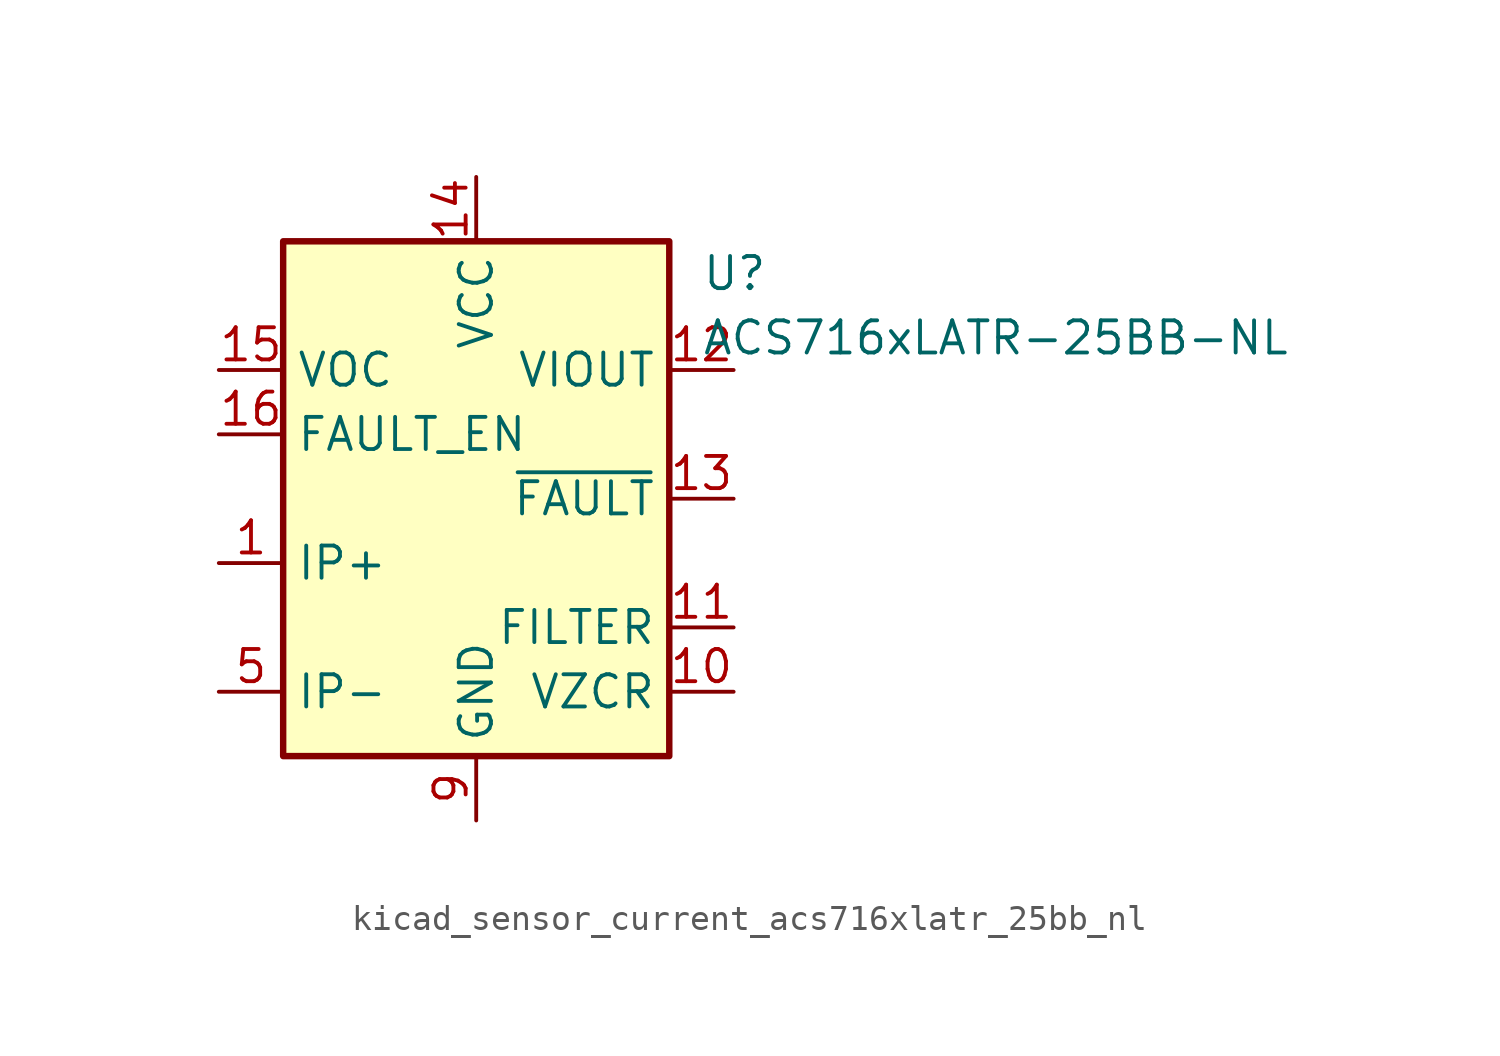
<source format=kicad_sym>
(kicad_symbol_lib
  (version 20220914)
  (generator kicad_symbol_editor)
  (symbol "kicad_sensor_current_acs716xlatr_25bb_nl"
    (property "Reference" "U"
      (at 8.89 8.89 0)
      (effects (font (size 1.27 1.27)) (justify left)))
    (property "Value" "ACS716xLATR-25BB-NL"
      (at 8.89 6.35 0)
      (effects (font (size 1.27 1.27)) (justify left)))
    (symbol "kicad_sensor_current_acs716xlatr_25bb_nl_0_1"
      (rectangle (start -7.62 10.16) (end 7.62 -10.16) (stroke (width 0.254) (type default)) (fill (type background))))
    (symbol "kicad_sensor_current_acs716xlatr_25bb_nl_1_1"
      (pin passive line (at -10.16 -2.54 0) (length 2.54) (name "IP+" (effects (font (size 1.27 1.27)))) (number "1" (effects (font (size 1.27 1.27)))))
      (pin passive line (at 10.16 -7.62 180) (length 2.54) (name "VZCR" (effects (font (size 1.27 1.27)))) (number "10" (effects (font (size 1.27 1.27)))))
      (pin passive line (at 10.16 -5.08 180) (length 2.54) (name "FILTER" (effects (font (size 1.27 1.27)))) (number "11" (effects (font (size 1.27 1.27)))))
      (pin output line (at 10.16 5.08 180) (length 2.54) (name "VIOUT" (effects (font (size 1.27 1.27)))) (number "12" (effects (font (size 1.27 1.27)))))
      (pin output line (at 10.16 0 180) (length 2.54) (name "~{FAULT}" (effects (font (size 1.27 1.27)))) (number "13" (effects (font (size 1.27 1.27)))))
      (pin power_in line (at 0 12.7 270) (length 2.54) (name "VCC" (effects (font (size 1.27 1.27)))) (number "14" (effects (font (size 1.27 1.27)))))
      (pin input line (at -10.16 5.08 0) (length 2.54) (name "VOC" (effects (font (size 1.27 1.27)))) (number "15" (effects (font (size 1.27 1.27)))))
      (pin input line (at -10.16 2.54 0) (length 2.54) (name "FAULT_EN" (effects (font (size 1.27 1.27)))) (number "16" (effects (font (size 1.27 1.27)))))
      (pin passive line (at -10.16 -2.54 0) (length 2.54) hide (name "IP+" (effects (font (size 1.27 1.27)))) (number "2" (effects (font (size 1.27 1.27)))))
      (pin passive line (at -10.16 -2.54 0) (length 2.54) hide (name "IP+" (effects (font (size 1.27 1.27)))) (number "3" (effects (font (size 1.27 1.27)))))
      (pin passive line (at -10.16 -2.54 0) (length 2.54) hide (name "IP+" (effects (font (size 1.27 1.27)))) (number "4" (effects (font (size 1.27 1.27)))))
      (pin passive line (at -10.16 -7.62 0) (length 2.54) (name "IP-" (effects (font (size 1.27 1.27)))) (number "5" (effects (font (size 1.27 1.27)))))
      (pin passive line (at -10.16 -7.62 0) (length 2.54) hide (name "IP-" (effects (font (size 1.27 1.27)))) (number "6" (effects (font (size 1.27 1.27)))))
      (pin passive line (at -10.16 -7.62 0) (length 2.54) hide (name "IP-" (effects (font (size 1.27 1.27)))) (number "7" (effects (font (size 1.27 1.27)))))
      (pin passive line (at -10.16 -7.62 0) (length 2.54) hide (name "IP-" (effects (font (size 1.27 1.27)))) (number "8" (effects (font (size 1.27 1.27)))))
      (pin power_in line (at 0 -12.7 90) (length 2.54) (name "GND" (effects (font (size 1.27 1.27)))) (number "9" (effects (font (size 1.27 1.27))))))))
</source>
